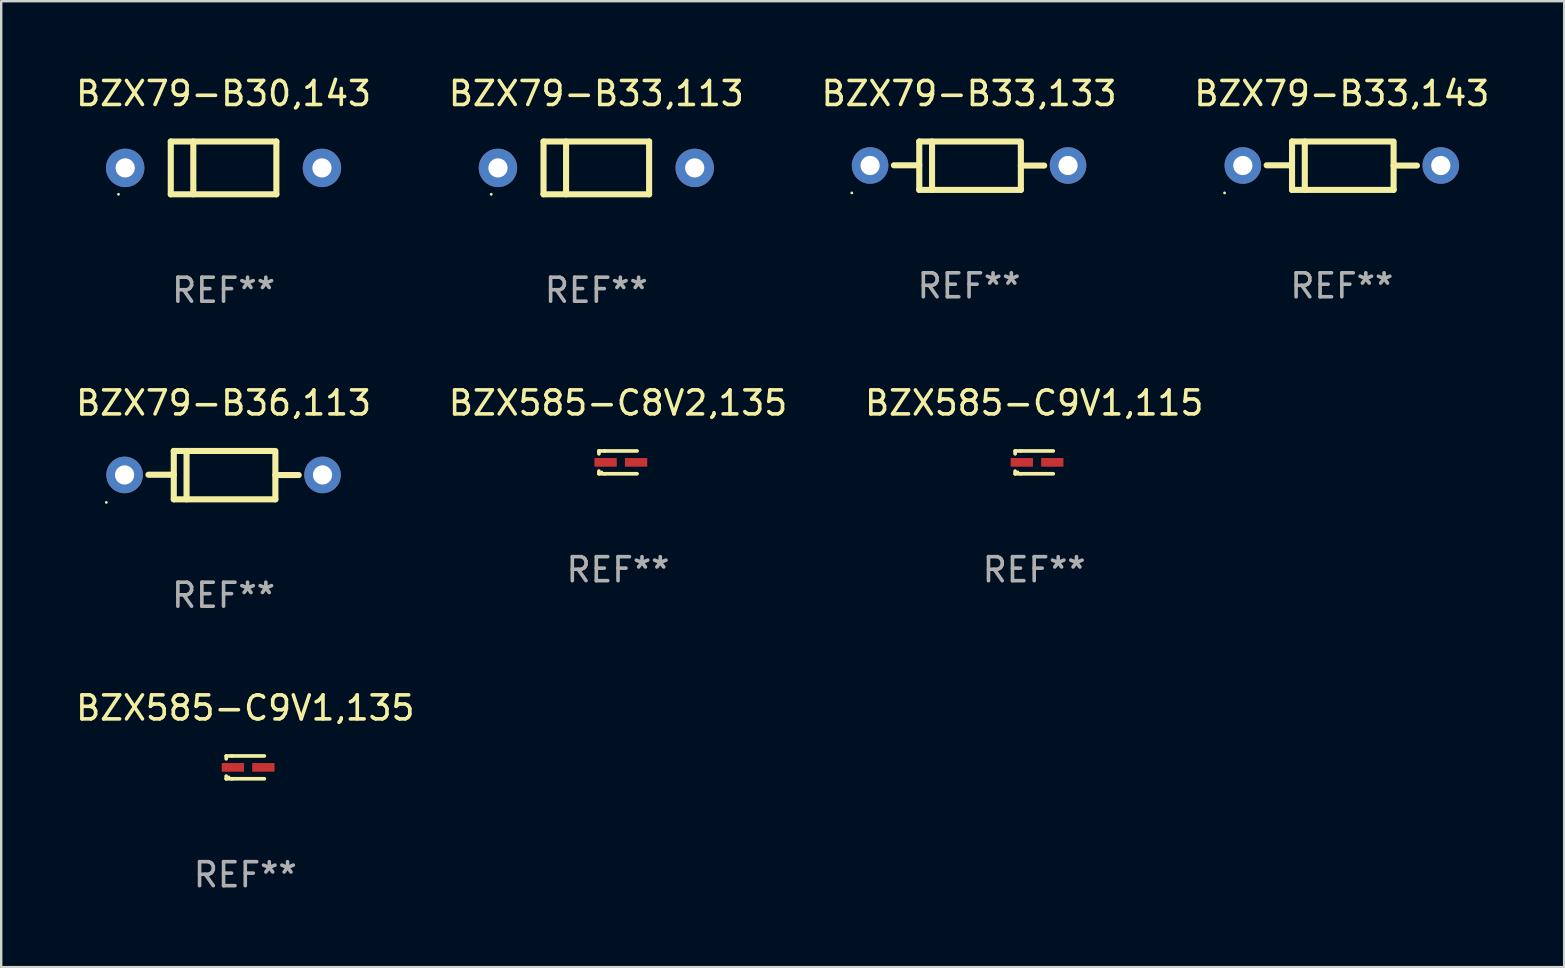
<source format=kicad_pcb>
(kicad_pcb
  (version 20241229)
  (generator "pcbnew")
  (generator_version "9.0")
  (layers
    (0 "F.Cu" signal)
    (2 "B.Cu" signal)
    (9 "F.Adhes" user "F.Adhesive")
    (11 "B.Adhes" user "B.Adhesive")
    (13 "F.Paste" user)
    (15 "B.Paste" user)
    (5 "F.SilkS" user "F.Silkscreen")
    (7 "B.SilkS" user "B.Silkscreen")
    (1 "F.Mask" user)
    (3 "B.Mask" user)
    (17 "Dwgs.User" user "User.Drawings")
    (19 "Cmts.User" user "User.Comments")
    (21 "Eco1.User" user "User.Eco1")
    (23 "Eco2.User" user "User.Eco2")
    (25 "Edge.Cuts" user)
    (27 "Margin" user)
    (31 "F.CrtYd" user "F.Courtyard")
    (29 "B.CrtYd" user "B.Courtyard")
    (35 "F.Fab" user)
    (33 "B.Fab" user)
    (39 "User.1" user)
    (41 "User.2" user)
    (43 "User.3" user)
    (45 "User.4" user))
  (footprint "BZX79-B36,113"
    (layer "F.Cu")
    (at 6.268 16.753)
    (property "Reference" "BZX79-B36,113" (at 0 -3.008 0) (layer "F.SilkS") (effects (font (size 1 1) (thickness 0.15))))
    (attr through_hole)
    (fp_line (start -2.075 -1.008) (end -2.075 1.008) (stroke (width 0.254) (type solid)) (layer "F.SilkS"))
    (fp_line (start -2.075 -0.017) (end -3.132 -0.017) (stroke (width 0.254) (type solid)) (layer "F.SilkS"))
    (fp_line (start -2.075 1.008) (end 2.159 1.008) (stroke (width 0.254) (type solid)) (layer "F.SilkS"))
    (fp_line (start -1.543 -1.008) (end -1.543 1.008) (stroke (width 0.254) (type solid)) (layer "F.SilkS"))
    (fp_line (start 2.075 -1.008) (end -2.075 -1.008) (stroke (width 0.254) (type solid)) (layer "F.SilkS"))
    (fp_line (start 2.159 -0.005) (end 3.132 -0.005) (stroke (width 0.254) (type solid)) (layer "F.SilkS"))
    (fp_line (start 2.159 1.008) (end 2.159 -1.008) (stroke (width 0.254) (type solid)) (layer "F.SilkS"))
    (fp_circle (center -4.887 1.135) (end -4.857 1.135) (stroke (width 0.06) (type solid)) (fill no) (layer "F.SilkS"))
    (fp_text user "REF**" (at 0 5.008 0) (layer "F.Fab") (effects (font (size 1 1) (thickness 0.15))))
    (pad "1" thru_hole circle (at -4.125 -0.008) (size 1.524 1.524) (drill 0.8) (layers "*.Cu" "*.Mask"))
    (pad "2" thru_hole circle (at 4.125 -0.008) (size 1.524 1.524) (drill 0.8) (layers "*.Cu" "*.Mask")))
  (footprint "BZX79-B33,143"
    (layer "F.Cu")
    (at 52.875 3.856)
    (property "Reference" "BZX79-B33,143" (at 0 -3.008 0) (layer "F.SilkS") (effects (font (size 1 1) (thickness 0.15))))
    (attr through_hole)
    (fp_line (start -2.075 -1.008) (end -2.075 1.008) (stroke (width 0.254) (type solid)) (layer "F.SilkS"))
    (fp_line (start -2.075 -0.017) (end -3.132 -0.017) (stroke (width 0.254) (type solid)) (layer "F.SilkS"))
    (fp_line (start -2.075 1.008) (end 2.159 1.008) (stroke (width 0.254) (type solid)) (layer "F.SilkS"))
    (fp_line (start -1.543 -1.008) (end -1.543 1.008) (stroke (width 0.254) (type solid)) (layer "F.SilkS"))
    (fp_line (start 2.075 -1.008) (end -2.075 -1.008) (stroke (width 0.254) (type solid)) (layer "F.SilkS"))
    (fp_line (start 2.159 -0.005) (end 3.132 -0.005) (stroke (width 0.254) (type solid)) (layer "F.SilkS"))
    (fp_line (start 2.159 1.008) (end 2.159 -1.008) (stroke (width 0.254) (type solid)) (layer "F.SilkS"))
    (fp_circle (center -4.887 1.135) (end -4.857 1.135) (stroke (width 0.06) (type solid)) (fill no) (layer "F.SilkS"))
    (fp_text user "REF**" (at 0 5.008 0) (layer "F.Fab") (effects (font (size 1 1) (thickness 0.15))))
    (pad "1" thru_hole circle (at -4.125 -0.008) (size 1.524 1.524) (drill 0.8) (layers "*.Cu" "*.Mask"))
    (pad "2" thru_hole circle (at 4.125 -0.008) (size 1.524 1.524) (drill 0.8) (layers "*.Cu" "*.Mask")))
  (footprint "BZX79-B33,113"
    (layer "F.Cu")
    (at 21.804 3.948)
    (property "Reference" "BZX79-B33,113" (at 0 -3.1 0) (layer "F.SilkS") (effects (font (size 1 1) (thickness 0.15))))
    (attr through_hole)
    (fp_line (start -2.2 -1.1) (end -2.2 1.1) (stroke (width 0.254) (type solid)) (layer "F.SilkS"))
    (fp_line (start -2.2 -1.1) (end 2.2 -1.1) (stroke (width 0.254) (type solid)) (layer "F.SilkS"))
    (fp_line (start -2.2 1.1) (end 2.2 1.1) (stroke (width 0.254) (type solid)) (layer "F.SilkS"))
    (fp_line (start -1.261 -1.1) (end -1.261 1.1) (stroke (width 0.254) (type solid)) (layer "F.SilkS"))
    (fp_line (start 2.2 -1.1) (end 2.2 1.1) (stroke (width 0.254) (type solid)) (layer "F.SilkS"))
    (fp_circle (center -4.38 1.1) (end -4.35 1.1) (stroke (width 0.06) (type solid)) (fill no) (layer "F.SilkS"))
    (fp_text user "REF**" (at 0 5.1 0) (layer "F.Fab") (effects (font (size 1 1) (thickness 0.15))))
    (pad "1" thru_hole circle (at -4.1 0) (size 1.6 1.6) (drill 0.8) (layers "*.Cu" "*.Mask"))
    (pad "2" thru_hole circle (at 4.1 0) (size 1.6 1.6) (drill 0.8) (layers "*.Cu" "*.Mask")))
  (footprint "BZX585-C9V1,115"
    (layer "F.Cu")
    (at 40.054 16.221)
    (property "Reference" "BZX585-C9V1,115" (at 0 -2.476 0) (layer "F.SilkS") (effects (font (size 1 1) (thickness 0.15))))
    (attr through_hole)
    (fp_line (start -0.795 -0.476) (end -0.795 -0.356) (stroke (width 0.152) (type solid)) (layer "F.SilkS"))
    (fp_line (start -0.795 0.363) (end -0.795 0.476) (stroke (width 0.152) (type solid)) (layer "F.SilkS"))
    (fp_line (start -0.795 0.476) (end -0.557 0.476) (stroke (width 0.152) (type solid)) (layer "F.SilkS"))
    (fp_line (start -0.557 -0.476) (end -0.795 -0.476) (stroke (width 0.152) (type solid)) (layer "F.SilkS"))
    (fp_line (start -0.557 -0.476) (end 0.795 -0.476) (stroke (width 0.152) (type solid)) (layer "F.SilkS"))
    (fp_line (start -0.557 0.476) (end 0.795 0.476) (stroke (width 0.152) (type solid)) (layer "F.SilkS"))
    (fp_circle (center -0.681 0.4) (end -0.651 0.4) (stroke (width 0.06) (type solid)) (fill no) (layer "F.SilkS"))
    (fp_text user "REF**" (at 0 4.476 0) (layer "F.Fab") (effects (font (size 1 1) (thickness 0.15))))
    (pad "1" smd rect (at -0.516 0 180) (size 0.93 0.36) (layers "F.Cu" "F.Mask" "F.Paste"))
    (pad "2" smd rect (at 0.754 0 180) (size 0.93 0.36) (layers "F.Cu" "F.Mask" "F.Paste")))
  (footprint "BZX79-B30,143"
    (layer "F.Cu")
    (at 6.268 3.948)
    (property "Reference" "BZX79-B30,143" (at 0 -3.1 0) (layer "F.SilkS") (effects (font (size 1 1) (thickness 0.15))))
    (attr through_hole)
    (fp_line (start -2.2 -1.1) (end -2.2 1.1) (stroke (width 0.254) (type solid)) (layer "F.SilkS"))
    (fp_line (start -2.2 -1.1) (end 2.2 -1.1) (stroke (width 0.254) (type solid)) (layer "F.SilkS"))
    (fp_line (start -2.2 1.1) (end 2.2 1.1) (stroke (width 0.254) (type solid)) (layer "F.SilkS"))
    (fp_line (start -1.261 -1.1) (end -1.261 1.1) (stroke (width 0.254) (type solid)) (layer "F.SilkS"))
    (fp_line (start 2.2 -1.1) (end 2.2 1.1) (stroke (width 0.254) (type solid)) (layer "F.SilkS"))
    (fp_circle (center -4.38 1.1) (end -4.35 1.1) (stroke (width 0.06) (type solid)) (fill no) (layer "F.SilkS"))
    (fp_text user "REF**" (at 0 5.1 0) (layer "F.Fab") (effects (font (size 1 1) (thickness 0.15))))
    (pad "1" thru_hole circle (at -4.1 0) (size 1.6 1.6) (drill 0.8) (layers "*.Cu" "*.Mask"))
    (pad "2" thru_hole circle (at 4.1 0) (size 1.6 1.6) (drill 0.8) (layers "*.Cu" "*.Mask")))
  (footprint "BZX79-B33,133"
    (layer "F.Cu")
    (at 37.339 3.856)
    (property "Reference" "BZX79-B33,133" (at 0 -3.008 0) (layer "F.SilkS") (effects (font (size 1 1) (thickness 0.15))))
    (attr through_hole)
    (fp_line (start -2.075 -1.008) (end -2.075 1.008) (stroke (width 0.254) (type solid)) (layer "F.SilkS"))
    (fp_line (start -2.075 -0.017) (end -3.132 -0.017) (stroke (width 0.254) (type solid)) (layer "F.SilkS"))
    (fp_line (start -2.075 1.008) (end 2.159 1.008) (stroke (width 0.254) (type solid)) (layer "F.SilkS"))
    (fp_line (start -1.543 -1.008) (end -1.543 1.008) (stroke (width 0.254) (type solid)) (layer "F.SilkS"))
    (fp_line (start 2.075 -1.008) (end -2.075 -1.008) (stroke (width 0.254) (type solid)) (layer "F.SilkS"))
    (fp_line (start 2.159 -0.005) (end 3.132 -0.005) (stroke (width 0.254) (type solid)) (layer "F.SilkS"))
    (fp_line (start 2.159 1.008) (end 2.159 -1.008) (stroke (width 0.254) (type solid)) (layer "F.SilkS"))
    (fp_circle (center -4.887 1.135) (end -4.857 1.135) (stroke (width 0.06) (type solid)) (fill no) (layer "F.SilkS"))
    (fp_text user "REF**" (at 0 5.008 0) (layer "F.Fab") (effects (font (size 1 1) (thickness 0.15))))
    (pad "1" thru_hole circle (at -4.125 -0.008) (size 1.524 1.524) (drill 0.8) (layers "*.Cu" "*.Mask"))
    (pad "2" thru_hole circle (at 4.125 -0.008) (size 1.524 1.524) (drill 0.8) (layers "*.Cu" "*.Mask")))
  (footprint "BZX585-C8V2,135"
    (layer "F.Cu")
    (at 22.708 16.221)
    (property "Reference" "BZX585-C8V2,135" (at 0 -2.476 0) (layer "F.SilkS") (effects (font (size 1 1) (thickness 0.15))))
    (attr through_hole)
    (fp_line (start -0.795 -0.476) (end -0.795 -0.356) (stroke (width 0.152) (type solid)) (layer "F.SilkS"))
    (fp_line (start -0.795 0.363) (end -0.795 0.476) (stroke (width 0.152) (type solid)) (layer "F.SilkS"))
    (fp_line (start -0.795 0.476) (end -0.557 0.476) (stroke (width 0.152) (type solid)) (layer "F.SilkS"))
    (fp_line (start -0.557 -0.476) (end -0.795 -0.476) (stroke (width 0.152) (type solid)) (layer "F.SilkS"))
    (fp_line (start -0.557 -0.476) (end 0.795 -0.476) (stroke (width 0.152) (type solid)) (layer "F.SilkS"))
    (fp_line (start -0.557 0.476) (end 0.795 0.476) (stroke (width 0.152) (type solid)) (layer "F.SilkS"))
    (fp_circle (center -0.681 0.4) (end -0.651 0.4) (stroke (width 0.06) (type solid)) (fill no) (layer "F.SilkS"))
    (fp_text user "REF**" (at 0 4.476 0) (layer "F.Fab") (effects (font (size 1 1) (thickness 0.15))))
    (pad "1" smd rect (at -0.516 0 180) (size 0.93 0.36) (layers "F.Cu" "F.Mask" "F.Paste"))
    (pad "2" smd rect (at 0.754 0 180) (size 0.93 0.36) (layers "F.Cu" "F.Mask" "F.Paste")))
  (footprint "BZX585-C9V1,135"
    (layer "F.Cu")
    (at 7.173 28.933)
    (property "Reference" "BZX585-C9V1,135" (at 0 -2.476 0) (layer "F.SilkS") (effects (font (size 1 1) (thickness 0.15))))
    (attr through_hole)
    (fp_line (start -0.795 -0.476) (end -0.795 -0.356) (stroke (width 0.152) (type solid)) (layer "F.SilkS"))
    (fp_line (start -0.795 0.363) (end -0.795 0.476) (stroke (width 0.152) (type solid)) (layer "F.SilkS"))
    (fp_line (start -0.795 0.476) (end -0.557 0.476) (stroke (width 0.152) (type solid)) (layer "F.SilkS"))
    (fp_line (start -0.557 -0.476) (end -0.795 -0.476) (stroke (width 0.152) (type solid)) (layer "F.SilkS"))
    (fp_line (start -0.557 -0.476) (end 0.795 -0.476) (stroke (width 0.152) (type solid)) (layer "F.SilkS"))
    (fp_line (start -0.557 0.476) (end 0.795 0.476) (stroke (width 0.152) (type solid)) (layer "F.SilkS"))
    (fp_circle (center -0.681 0.4) (end -0.651 0.4) (stroke (width 0.06) (type solid)) (fill no) (layer "F.SilkS"))
    (fp_text user "REF**" (at 0 4.476 0) (layer "F.Fab") (effects (font (size 1 1) (thickness 0.15))))
    (pad "1" smd rect (at -0.516 0 180) (size 0.93 0.36) (layers "F.Cu" "F.Mask" "F.Paste"))
    (pad "2" smd rect (at 0.754 0 180) (size 0.93 0.36) (layers "F.Cu" "F.Mask" "F.Paste")))
  (gr_rect
    (start -3 -3)
    (end 62.143 37.258)
    (stroke (width 0.1) (type default))
    (fill no)
    (layer "Edge.Cuts")))
</source>
